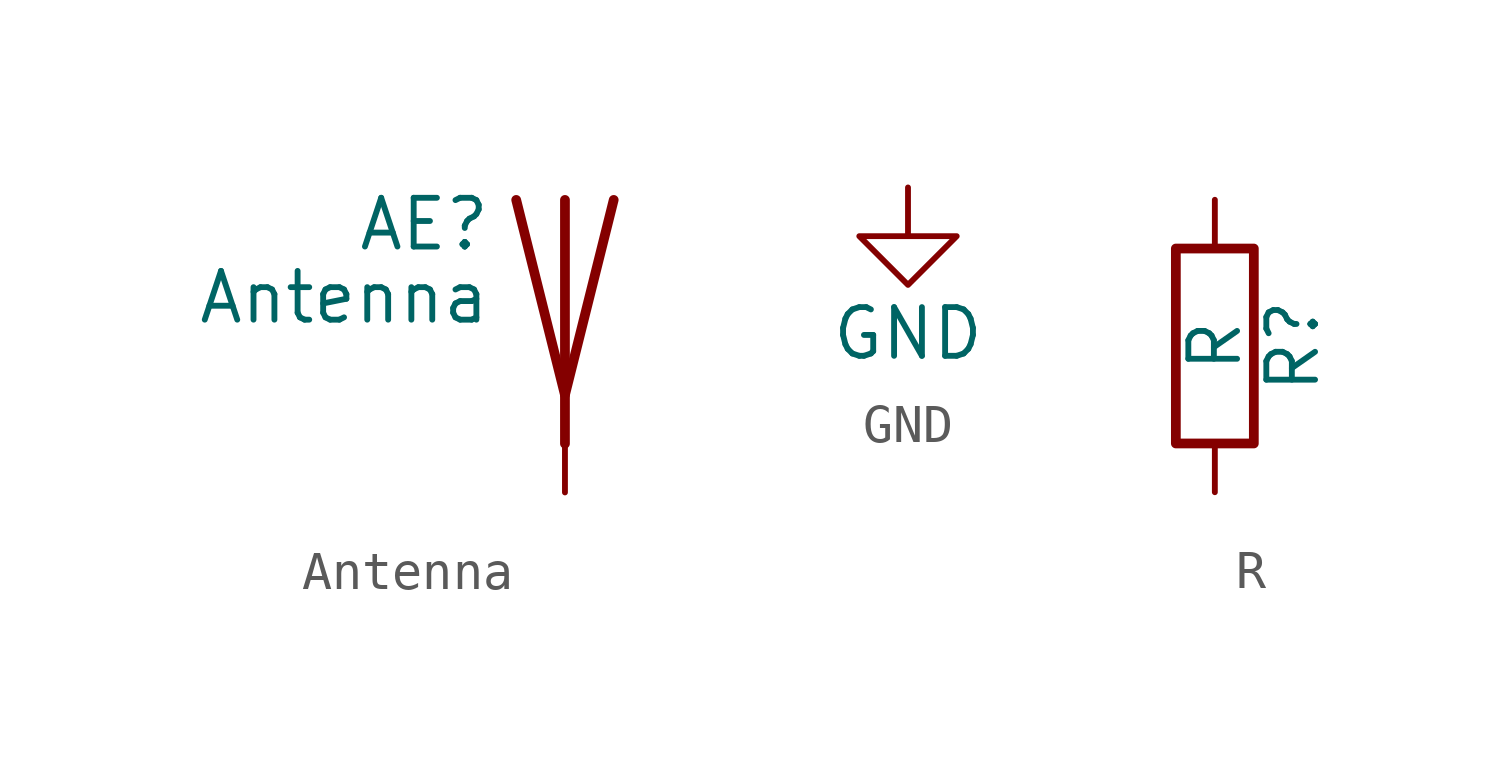
<source format=kicad_sym>
(kicad_symbol_lib
  (version 20201005)
  (generator kicad_symbol_editor)
  (symbol "custom_pads_schlib:Antenna"
    (pin_numbers hide)
    (pin_names
      (offset 1.016) hide)
    (property "Reference" "AE"
      (at -1.905 1.905 0)
      (effects (font (size 1.27 1.27)) (justify right)))
    (property "Value" "Antenna"
      (at -1.905 0 0)
      (effects (font (size 1.27 1.27)) (justify right)))
    (symbol "Antenna_0_1"
      (polyline (pts (xy 0 2.54) (xy 0 -3.81)) (stroke (width 0.254)) (fill (type none)))
      (polyline (pts (xy 1.27 2.54) (xy 0 -2.54) (xy -1.27 2.54)) (stroke (width 0.254)) (fill (type none))))
    (symbol "Antenna_1_1"
      (pin input line (at 0 -5.08 90) (length 2.54) (name "A" (effects (font (size 1.27 1.27)))) (number "1" (effects (font (size 1.27 1.27)))))))
  (symbol "custom_pads_schlib:GND"
    (power)
    (pin_names
      (offset 0))
    (property "Reference" "#PWR"
      (at 0 -6.35 0)
      (effects (font (size 1.27 1.27)) hide))
    (property "Value" "GND"
      (at 0 -3.81 0)
      (effects (font (size 1.27 1.27))))
    (symbol "GND_0_1"
      (polyline (pts (xy 0 0) (xy 0 -1.27) (xy 1.27 -1.27) (xy 0 -2.54) (xy -1.27 -1.27) (xy 0 -1.27)) (stroke (width 0)) (fill (type none))))
    (symbol "GND_1_1"
      (pin power_in line (at 0 0 270) (length 0) hide (name "GND" (effects (font (size 1.27 1.27)))) (number "1" (effects (font (size 1.27 1.27)))))))
  (symbol "custom_pads_schlib:R"
    (pin_numbers hide)
    (pin_names
      (offset 0))
    (property "Reference" "R"
      (at 2.032 0 90)
      (effects (font (size 1.27 1.27))))
    (property "Value" "R"
      (at 0 0 90)
      (effects (font (size 1.27 1.27))))
    (symbol "R_0_1"
      (rectangle (start -1.016 -2.54) (end 1.016 2.54) (stroke (width 0.254)) (fill (type none))))
    (symbol "R_1_1"
      (pin passive line (at 0 3.81 270) (length 1.27) (name "~" (effects (font (size 1.27 1.27)))) (number "1" (effects (font (size 1.27 1.27)))))
      (pin passive line (at 0 -3.81 90) (length 1.27) (name "~" (effects (font (size 1.27 1.27)))) (number "2" (effects (font (size 1.27 1.27))))))))
</source>
